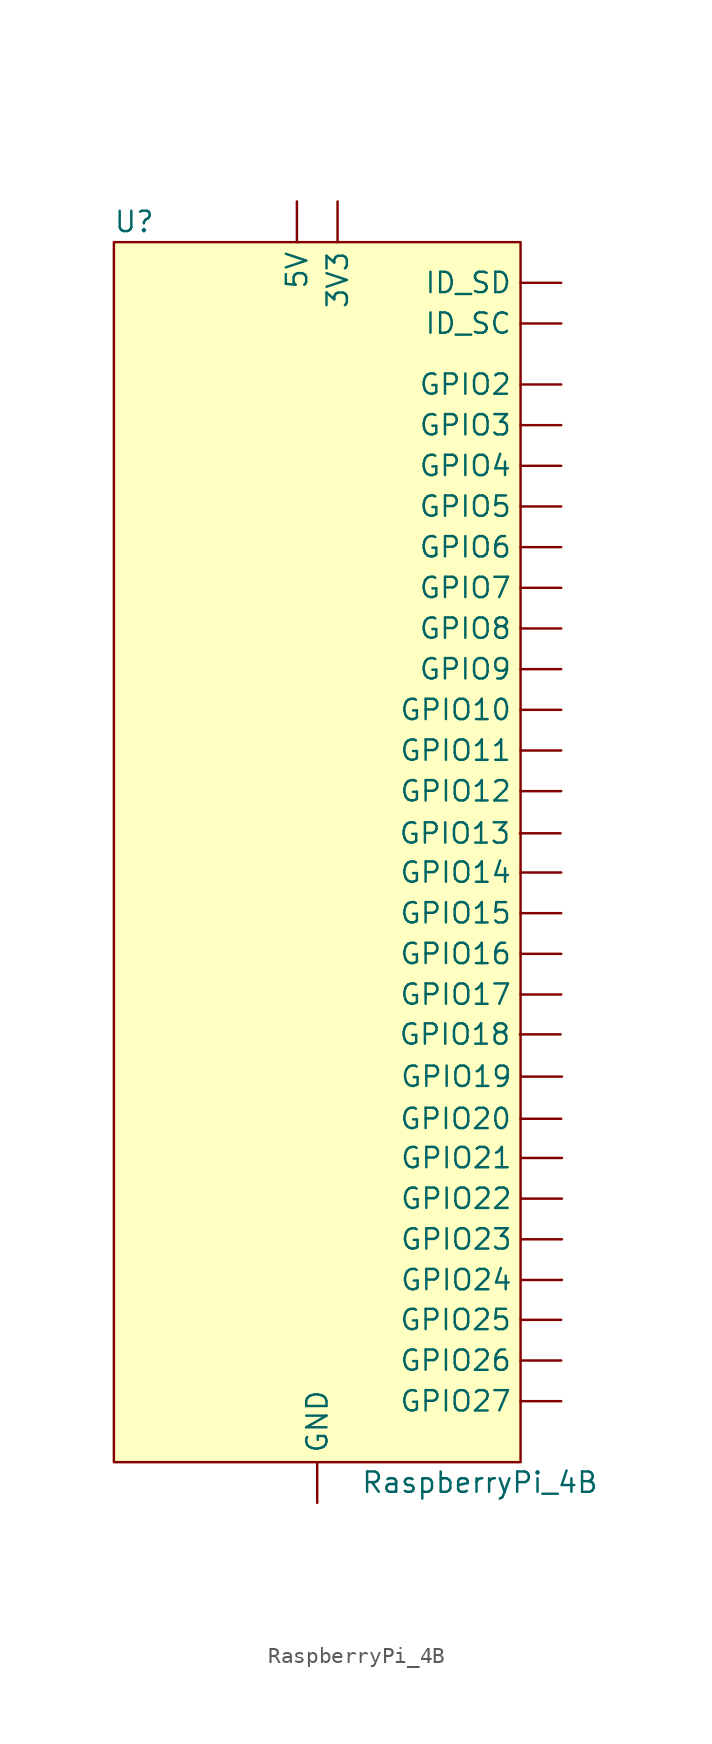
<source format=kicad_sym>
(kicad_symbol_lib
  (version 20211014)
  (generator kicad_symbol_editor)
  (symbol "RaspberryPi_4B"
    (property "Reference" "U"
      (at -11.43 39.37 0)
      (effects (font (size 1.27 1.27))))
    (property "Value" "RaspberryPi_4B"
      (at 10.16 -39.37 0)
      (effects (font (size 1.27 1.27))))
    (symbol "RaspberryPi_4B_0_1"
      (rectangle (start -12.7 38.1) (end 12.7 -38.1) (stroke (width 0.152) (type default) (color 0 0 0 0)) (fill (type background))))
    (symbol "RaspberryPi_4B_1_1"
      (pin power_out line (at 1.27 40.64 270) (length 2.54) (name "3V3" (effects (font (size 1.27 1.27)))) (number "" (effects (font (size 1.27 1.27)))))
      (pin power_in line (at -1.27 40.64 270) (length 2.54) (name "5V" (effects (font (size 1.27 1.27)))) (number "" (effects (font (size 1.27 1.27)))))
      (pin power_in line (at 0 -40.64 90) (length 2.54) (name "GND" (effects (font (size 1.27 1.27)))) (number "" (effects (font (size 1.27 1.27)))))
      (pin bidirectional line (at 15.24 8.89 180) (length 2.54) (name "GPIO10" (effects (font (size 1.27 1.27)))) (number "" (effects (font (size 1.27 1.27)))))
      (pin bidirectional line (at 15.24 6.35 180) (length 2.54) (name "GPIO11" (effects (font (size 1.27 1.27)))) (number "" (effects (font (size 1.27 1.27)))))
      (pin bidirectional line (at 15.24 3.81 180) (length 2.54) (name "GPIO12" (effects (font (size 1.27 1.27)))) (number "" (effects (font (size 1.27 1.27)))))
      (pin bidirectional line (at 15.196 1.177 180) (length 2.54) (name "GPIO13" (effects (font (size 1.27 1.27)))) (number "" (effects (font (size 1.27 1.27)))))
      (pin bidirectional line (at 15.24 -1.27 180) (length 2.54) (name "GPIO14" (effects (font (size 1.27 1.27)))) (number "" (effects (font (size 1.27 1.27)))))
      (pin bidirectional line (at 15.24 -3.81 180) (length 2.54) (name "GPIO15" (effects (font (size 1.27 1.27)))) (number "" (effects (font (size 1.27 1.27)))))
      (pin bidirectional line (at 15.24 -6.35 180) (length 2.54) (name "GPIO16" (effects (font (size 1.27 1.27)))) (number "" (effects (font (size 1.27 1.27)))))
      (pin bidirectional line (at 15.24 -8.89 180) (length 2.54) (name "GPIO17" (effects (font (size 1.27 1.27)))) (number "" (effects (font (size 1.27 1.27)))))
      (pin bidirectional line (at 15.196 -11.381 180) (length 2.54) (name "GPIO18" (effects (font (size 1.27 1.27)))) (number "" (effects (font (size 1.27 1.27)))))
      (pin bidirectional line (at 15.284 -14.019 180) (length 2.54) (name "GPIO19" (effects (font (size 1.27 1.27)))) (number "" (effects (font (size 1.27 1.27)))))
      (pin bidirectional line (at 15.24 29.21 180) (length 2.54) (name "GPIO2" (effects (font (size 1.27 1.27)))) (number "" (effects (font (size 1.27 1.27)))))
      (pin bidirectional line (at 15.24 -16.652 180) (length 2.54) (name "GPIO20" (effects (font (size 1.27 1.27)))) (number "" (effects (font (size 1.27 1.27)))))
      (pin bidirectional line (at 15.284 -19.099 180) (length 2.54) (name "GPIO21" (effects (font (size 1.27 1.27)))) (number "" (effects (font (size 1.27 1.27)))))
      (pin bidirectional line (at 15.284 -21.639 180) (length 2.54) (name "GPIO22" (effects (font (size 1.27 1.27)))) (number "" (effects (font (size 1.27 1.27)))))
      (pin bidirectional line (at 15.284 -24.179 180) (length 2.54) (name "GPIO23" (effects (font (size 1.27 1.27)))) (number "" (effects (font (size 1.27 1.27)))))
      (pin bidirectional line (at 15.284 -26.719 180) (length 2.54) (name "GPIO24" (effects (font (size 1.27 1.27)))) (number "" (effects (font (size 1.27 1.27)))))
      (pin bidirectional line (at 15.24 -29.21 180) (length 2.54) (name "GPIO25" (effects (font (size 1.27 1.27)))) (number "" (effects (font (size 1.27 1.27)))))
      (pin bidirectional line (at 15.24 -31.75 180) (length 2.54) (name "GPIO26" (effects (font (size 1.27 1.27)))) (number "" (effects (font (size 1.27 1.27)))))
      (pin bidirectional line (at 15.24 -34.29 180) (length 2.54) (name "GPIO27" (effects (font (size 1.27 1.27)))) (number "" (effects (font (size 1.27 1.27)))))
      (pin bidirectional line (at 15.24 26.67 180) (length 2.54) (name "GPIO3" (effects (font (size 1.27 1.27)))) (number "" (effects (font (size 1.27 1.27)))))
      (pin bidirectional line (at 15.24 24.13 180) (length 2.54) (name "GPIO4" (effects (font (size 1.27 1.27)))) (number "" (effects (font (size 1.27 1.27)))))
      (pin bidirectional line (at 15.24 21.59 180) (length 2.54) (name "GPIO5" (effects (font (size 1.27 1.27)))) (number "" (effects (font (size 1.27 1.27)))))
      (pin bidirectional line (at 15.24 19.05 180) (length 2.54) (name "GPIO6" (effects (font (size 1.27 1.27)))) (number "" (effects (font (size 1.27 1.27)))))
      (pin bidirectional line (at 15.24 16.51 180) (length 2.54) (name "GPIO7" (effects (font (size 1.27 1.27)))) (number "" (effects (font (size 1.27 1.27)))))
      (pin bidirectional line (at 15.24 13.97 180) (length 2.54) (name "GPIO8" (effects (font (size 1.27 1.27)))) (number "" (effects (font (size 1.27 1.27)))))
      (pin bidirectional line (at 15.24 11.43 180) (length 2.54) (name "GPIO9" (effects (font (size 1.27 1.27)))) (number "" (effects (font (size 1.27 1.27)))))
      (pin bidirectional line (at 15.24 33.02 180) (length 2.54) (name "ID_SC" (effects (font (size 1.27 1.27)))) (number "" (effects (font (size 1.27 1.27)))))
      (pin bidirectional line (at 15.24 35.56 180) (length 2.54) (name "ID_SD" (effects (font (size 1.27 1.27)))) (number "" (effects (font (size 1.27 1.27))))))))
</source>
